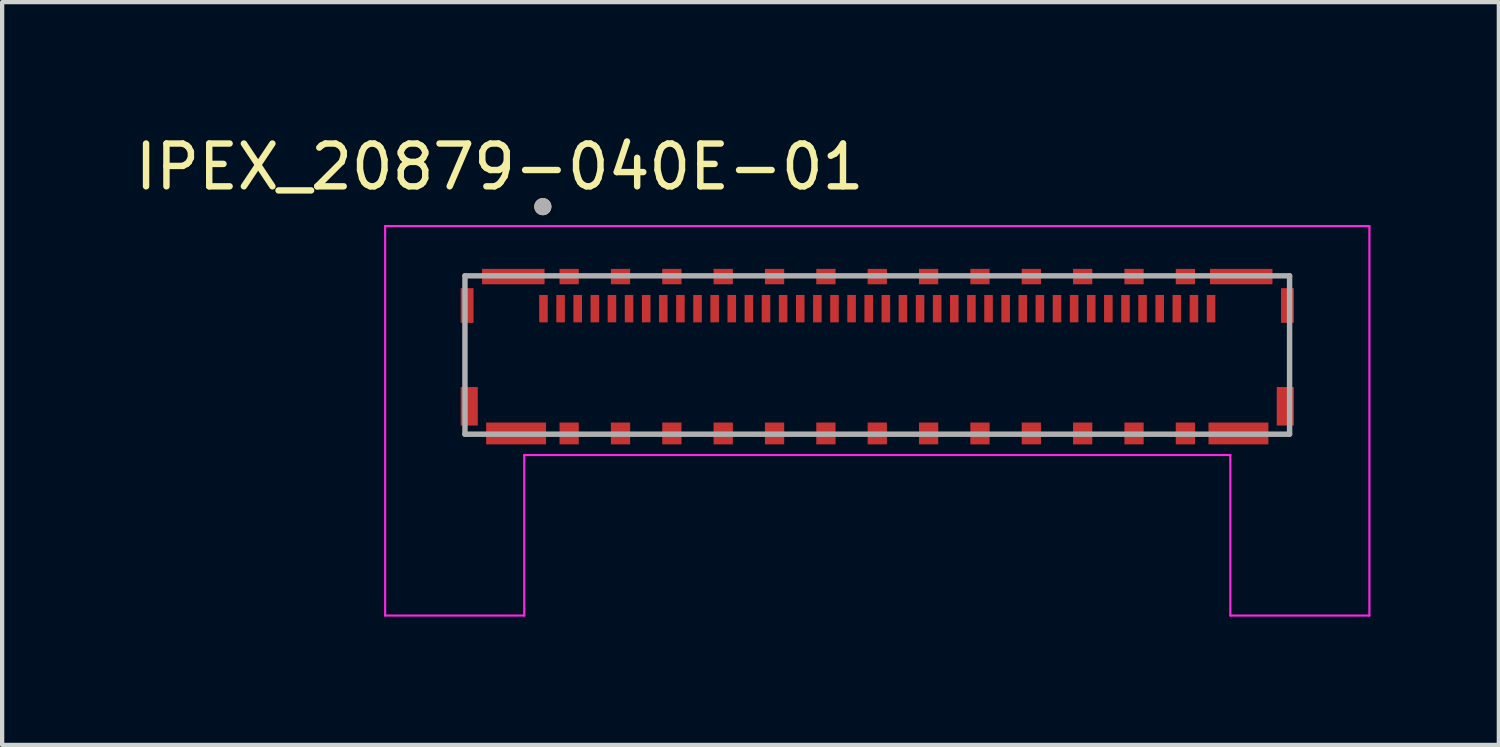
<source format=kicad_pcb>
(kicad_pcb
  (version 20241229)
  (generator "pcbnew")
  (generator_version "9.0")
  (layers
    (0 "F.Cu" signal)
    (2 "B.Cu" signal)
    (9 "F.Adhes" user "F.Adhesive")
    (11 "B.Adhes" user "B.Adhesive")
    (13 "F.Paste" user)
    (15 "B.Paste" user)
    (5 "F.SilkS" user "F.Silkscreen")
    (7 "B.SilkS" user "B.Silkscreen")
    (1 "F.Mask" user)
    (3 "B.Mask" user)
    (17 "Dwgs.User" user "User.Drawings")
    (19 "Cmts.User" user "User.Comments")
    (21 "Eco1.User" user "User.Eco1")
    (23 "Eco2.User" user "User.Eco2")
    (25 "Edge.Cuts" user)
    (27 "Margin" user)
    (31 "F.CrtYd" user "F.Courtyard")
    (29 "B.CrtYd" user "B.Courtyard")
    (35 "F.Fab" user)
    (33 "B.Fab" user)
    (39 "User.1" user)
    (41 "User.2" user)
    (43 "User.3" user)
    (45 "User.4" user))
  (footprint "IPEX_20879-040E-01"
    (layer "F.Cu")
    (at 17.45 5.246)
    (property "Reference" "IPEX_20879-040E-01" (at -8.825 -4.397 0) (layer "F.SilkS") (effects (font (size 1 1) (thickness 0.15))))
    (attr smd)
    (fp_circle (center -7.815 -3.467) (end -7.715 -3.467) (stroke (width 0.2) (type solid)) (fill no) (layer "F.SilkS"))
    (fp_line (start -11.5 -3.013) (end 11.5 -3.013) (stroke (width 0.05) (type solid)) (layer "F.CrtYd"))
    (fp_line (start -11.5 6.088) (end -11.5 -3.013) (stroke (width 0.05) (type solid)) (layer "F.CrtYd"))
    (fp_line (start -8.25 2.337) (end -8.25 6.088) (stroke (width 0.05) (type solid)) (layer "F.CrtYd"))
    (fp_line (start -8.25 6.088) (end -11.5 6.088) (stroke (width 0.05) (type solid)) (layer "F.CrtYd"))
    (fp_line (start 8.25 2.337) (end -8.25 2.337) (stroke (width 0.05) (type solid)) (layer "F.CrtYd"))
    (fp_line (start 8.25 6.088) (end 8.25 2.337) (stroke (width 0.05) (type solid)) (layer "F.CrtYd"))
    (fp_line (start 11.5 -3.013) (end 11.5 6.088) (stroke (width 0.05) (type solid)) (layer "F.CrtYd"))
    (fp_line (start 11.5 6.088) (end 8.25 6.088) (stroke (width 0.05) (type solid)) (layer "F.CrtYd"))
    (fp_line (start -9.635 -1.85) (end 9.635 -1.85) (stroke (width 0.127) (type solid)) (layer "F.Fab"))
    (fp_line (start -9.635 1.85) (end -9.635 -1.85) (stroke (width 0.127) (type solid)) (layer "F.Fab"))
    (fp_line (start 9.635 -1.85) (end 9.635 1.85) (stroke (width 0.127) (type solid)) (layer "F.Fab"))
    (fp_line (start 9.635 1.85) (end -9.635 1.85) (stroke (width 0.127) (type solid)) (layer "F.Fab"))
    (fp_circle (center -7.815 -3.467) (end -7.715 -3.467) (stroke (width 0.2) (type solid)) (fill no) (layer "F.Fab"))
    (pad "1" smd rect (at -7.8 -1.083) (size 0.2 0.64) (layers "F.Cu" "F.Mask" "F.Paste"))
    (pad "2" smd rect (at -7.4 -1.083) (size 0.2 0.64) (layers "F.Cu" "F.Mask" "F.Paste"))
    (pad "3" smd rect (at -7 -1.083) (size 0.2 0.64) (layers "F.Cu" "F.Mask" "F.Paste"))
    (pad "4" smd rect (at -6.6 -1.083) (size 0.2 0.64) (layers "F.Cu" "F.Mask" "F.Paste"))
    (pad "5" smd rect (at -6.2 -1.083) (size 0.2 0.64) (layers "F.Cu" "F.Mask" "F.Paste"))
    (pad "6" smd rect (at -5.8 -1.083) (size 0.2 0.64) (layers "F.Cu" "F.Mask" "F.Paste"))
    (pad "7" smd rect (at -5.4 -1.083) (size 0.2 0.64) (layers "F.Cu" "F.Mask" "F.Paste"))
    (pad "8" smd rect (at -5 -1.083) (size 0.2 0.64) (layers "F.Cu" "F.Mask" "F.Paste"))
    (pad "9" smd rect (at -4.6 -1.083) (size 0.2 0.64) (layers "F.Cu" "F.Mask" "F.Paste"))
    (pad "10" smd rect (at -4.2 -1.083) (size 0.2 0.64) (layers "F.Cu" "F.Mask" "F.Paste"))
    (pad "11" smd rect (at -3.8 -1.083) (size 0.2 0.64) (layers "F.Cu" "F.Mask" "F.Paste"))
    (pad "12" smd rect (at -3.4 -1.083) (size 0.2 0.64) (layers "F.Cu" "F.Mask" "F.Paste"))
    (pad "13" smd rect (at -3 -1.083) (size 0.2 0.64) (layers "F.Cu" "F.Mask" "F.Paste"))
    (pad "14" smd rect (at -2.6 -1.083) (size 0.2 0.64) (layers "F.Cu" "F.Mask" "F.Paste"))
    (pad "15" smd rect (at -2.2 -1.083) (size 0.2 0.64) (layers "F.Cu" "F.Mask" "F.Paste"))
    (pad "16" smd rect (at -1.8 -1.083) (size 0.2 0.64) (layers "F.Cu" "F.Mask" "F.Paste"))
    (pad "17" smd rect (at -1.4 -1.083) (size 0.2 0.64) (layers "F.Cu" "F.Mask" "F.Paste"))
    (pad "18" smd rect (at -1 -1.083) (size 0.2 0.64) (layers "F.Cu" "F.Mask" "F.Paste"))
    (pad "19" smd rect (at -0.6 -1.083) (size 0.2 0.64) (layers "F.Cu" "F.Mask" "F.Paste"))
    (pad "20" smd rect (at -0.2 -1.083) (size 0.2 0.64) (layers "F.Cu" "F.Mask" "F.Paste"))
    (pad "21" smd rect (at 0.2 -1.083) (size 0.2 0.64) (layers "F.Cu" "F.Mask" "F.Paste"))
    (pad "22" smd rect (at 0.6 -1.083) (size 0.2 0.64) (layers "F.Cu" "F.Mask" "F.Paste"))
    (pad "23" smd rect (at 1 -1.083) (size 0.2 0.64) (layers "F.Cu" "F.Mask" "F.Paste"))
    (pad "24" smd rect (at 1.4 -1.083) (size 0.2 0.64) (layers "F.Cu" "F.Mask" "F.Paste"))
    (pad "25" smd rect (at 1.8 -1.083) (size 0.2 0.64) (layers "F.Cu" "F.Mask" "F.Paste"))
    (pad "26" smd rect (at 2.2 -1.083) (size 0.2 0.64) (layers "F.Cu" "F.Mask" "F.Paste"))
    (pad "27" smd rect (at 2.6 -1.083) (size 0.2 0.64) (layers "F.Cu" "F.Mask" "F.Paste"))
    (pad "28" smd rect (at 3 -1.083) (size 0.2 0.64) (layers "F.Cu" "F.Mask" "F.Paste"))
    (pad "29" smd rect (at 3.4 -1.083) (size 0.2 0.64) (layers "F.Cu" "F.Mask" "F.Paste"))
    (pad "30" smd rect (at 3.8 -1.083) (size 0.2 0.64) (layers "F.Cu" "F.Mask" "F.Paste"))
    (pad "31" smd rect (at 4.2 -1.083) (size 0.2 0.64) (layers "F.Cu" "F.Mask" "F.Paste"))
    (pad "32" smd rect (at 4.6 -1.083) (size 0.2 0.64) (layers "F.Cu" "F.Mask" "F.Paste"))
    (pad "33" smd rect (at 5 -1.083) (size 0.2 0.64) (layers "F.Cu" "F.Mask" "F.Paste"))
    (pad "34" smd rect (at 5.4 -1.083) (size 0.2 0.64) (layers "F.Cu" "F.Mask" "F.Paste"))
    (pad "35" smd rect (at 5.8 -1.083) (size 0.2 0.64) (layers "F.Cu" "F.Mask" "F.Paste"))
    (pad "36" smd rect (at 6.2 -1.083) (size 0.2 0.64) (layers "F.Cu" "F.Mask" "F.Paste"))
    (pad "37" smd rect (at 6.6 -1.083) (size 0.2 0.64) (layers "F.Cu" "F.Mask" "F.Paste"))
    (pad "38" smd rect (at 7 -1.083) (size 0.2 0.64) (layers "F.Cu" "F.Mask" "F.Paste"))
    (pad "39" smd rect (at 7.4 -1.083) (size 0.2 0.64) (layers "F.Cu" "F.Mask" "F.Paste"))
    (pad "40" smd rect (at 7.8 -1.083) (size 0.2 0.64) (layers "F.Cu" "F.Mask" "F.Paste"))
    (pad "SH" smd rect (at -9.585 -1.157) (size 0.3 0.81) (layers "F.Cu" "F.Mask" "F.Paste"))
    (pad "SH" smd rect (at -9.535 1.198) (size 0.4 0.9) (layers "F.Cu" "F.Mask" "F.Paste"))
    (pad "SH" smd rect (at -8.505 -1.833) (size 1.46 0.36) (layers "F.Cu" "F.Mask" "F.Paste"))
    (pad "SH" smd rect (at -8.44 1.833) (size 1.4 0.51) (layers "F.Cu" "F.Mask" "F.Paste"))
    (pad "SH" smd rect (at -7.2 -1.833) (size 0.45 0.36) (layers "F.Cu" "F.Mask" "F.Paste"))
    (pad "SH" smd rect (at -7.2 1.833) (size 0.45 0.51) (layers "F.Cu" "F.Mask" "F.Paste"))
    (pad "SH" smd rect (at -6 -1.833) (size 0.45 0.36) (layers "F.Cu" "F.Mask" "F.Paste"))
    (pad "SH" smd rect (at -6 1.833) (size 0.45 0.51) (layers "F.Cu" "F.Mask" "F.Paste"))
    (pad "SH" smd rect (at -4.8 -1.833) (size 0.45 0.36) (layers "F.Cu" "F.Mask" "F.Paste"))
    (pad "SH" smd rect (at -4.8 1.833) (size 0.45 0.51) (layers "F.Cu" "F.Mask" "F.Paste"))
    (pad "SH" smd rect (at -3.6 -1.833) (size 0.45 0.36) (layers "F.Cu" "F.Mask" "F.Paste"))
    (pad "SH" smd rect (at -3.6 1.833) (size 0.45 0.51) (layers "F.Cu" "F.Mask" "F.Paste"))
    (pad "SH" smd rect (at -2.4 -1.833) (size 0.45 0.36) (layers "F.Cu" "F.Mask" "F.Paste"))
    (pad "SH" smd rect (at -2.4 1.833) (size 0.45 0.51) (layers "F.Cu" "F.Mask" "F.Paste"))
    (pad "SH" smd rect (at -1.2 -1.833) (size 0.45 0.36) (layers "F.Cu" "F.Mask" "F.Paste"))
    (pad "SH" smd rect (at -1.2 1.833) (size 0.45 0.51) (layers "F.Cu" "F.Mask" "F.Paste"))
    (pad "SH" smd rect (at 0 -1.833) (size 0.45 0.36) (layers "F.Cu" "F.Mask" "F.Paste"))
    (pad "SH" smd rect (at 0 1.833) (size 0.45 0.51) (layers "F.Cu" "F.Mask" "F.Paste"))
    (pad "SH" smd rect (at 1.2 -1.833) (size 0.45 0.36) (layers "F.Cu" "F.Mask" "F.Paste"))
    (pad "SH" smd rect (at 1.2 1.833) (size 0.45 0.51) (layers "F.Cu" "F.Mask" "F.Paste"))
    (pad "SH" smd rect (at 2.4 -1.833) (size 0.45 0.36) (layers "F.Cu" "F.Mask" "F.Paste"))
    (pad "SH" smd rect (at 2.4 1.833) (size 0.45 0.51) (layers "F.Cu" "F.Mask" "F.Paste"))
    (pad "SH" smd rect (at 3.6 -1.833) (size 0.45 0.36) (layers "F.Cu" "F.Mask" "F.Paste"))
    (pad "SH" smd rect (at 3.6 1.833) (size 0.45 0.51) (layers "F.Cu" "F.Mask" "F.Paste"))
    (pad "SH" smd rect (at 4.8 -1.833) (size 0.45 0.36) (layers "F.Cu" "F.Mask" "F.Paste"))
    (pad "SH" smd rect (at 4.8 1.833) (size 0.45 0.51) (layers "F.Cu" "F.Mask" "F.Paste"))
    (pad "SH" smd rect (at 6 -1.833) (size 0.45 0.36) (layers "F.Cu" "F.Mask" "F.Paste"))
    (pad "SH" smd rect (at 6 1.833) (size 0.45 0.51) (layers "F.Cu" "F.Mask" "F.Paste"))
    (pad "SH" smd rect (at 7.2 -1.833) (size 0.45 0.36) (layers "F.Cu" "F.Mask" "F.Paste"))
    (pad "SH" smd rect (at 7.2 1.833) (size 0.45 0.51) (layers "F.Cu" "F.Mask" "F.Paste"))
    (pad "SH" smd rect (at 8.44 1.833) (size 1.4 0.51) (layers "F.Cu" "F.Mask" "F.Paste"))
    (pad "SH" smd rect (at 8.505 -1.833) (size 1.46 0.36) (layers "F.Cu" "F.Mask" "F.Paste"))
    (pad "SH" smd rect (at 9.535 1.198) (size 0.4 0.9) (layers "F.Cu" "F.Mask" "F.Paste"))
    (pad "SH" smd rect (at 9.585 -1.157) (size 0.3 0.81) (layers "F.Cu" "F.Mask" "F.Paste"))
    (zone (net_name "") (layer "F.Cu") (hatch full 0.508) (connect_pads) (min_thickness 0.01) (filled_areas_thickness no) (keepout (tracks not_allowed) (vias not_allowed) (pads not_allowed) (copperpour not_allowed) (footprints allowed)) (placement (enabled no)) (fill) (polygon (pts (xy 9.45 4.483) (xy 25.45 4.483) (xy 25.45 5.683) (xy 9.45 5.683))))
    (zone (net_name "") (layers "F.Cu" "B.Cu") (hatch full 0.508) (connect_pads) (min_thickness 0.01) (filled_areas_thickness no) (keepout (tracks allowed) (vias not_allowed) (pads allowed) (copperpour allowed) (footprints allowed)) (placement (enabled no)) (fill) (polygon (pts (xy 9.45 4.483) (xy 25.45 4.483) (xy 25.45 5.683) (xy 9.45 5.683)))))
  (gr_rect
    (start -3 -3)
    (end 31.975 14.358)
    (stroke (width 0.1) (type default))
    (fill no)
    (layer "Edge.Cuts")))
</source>
